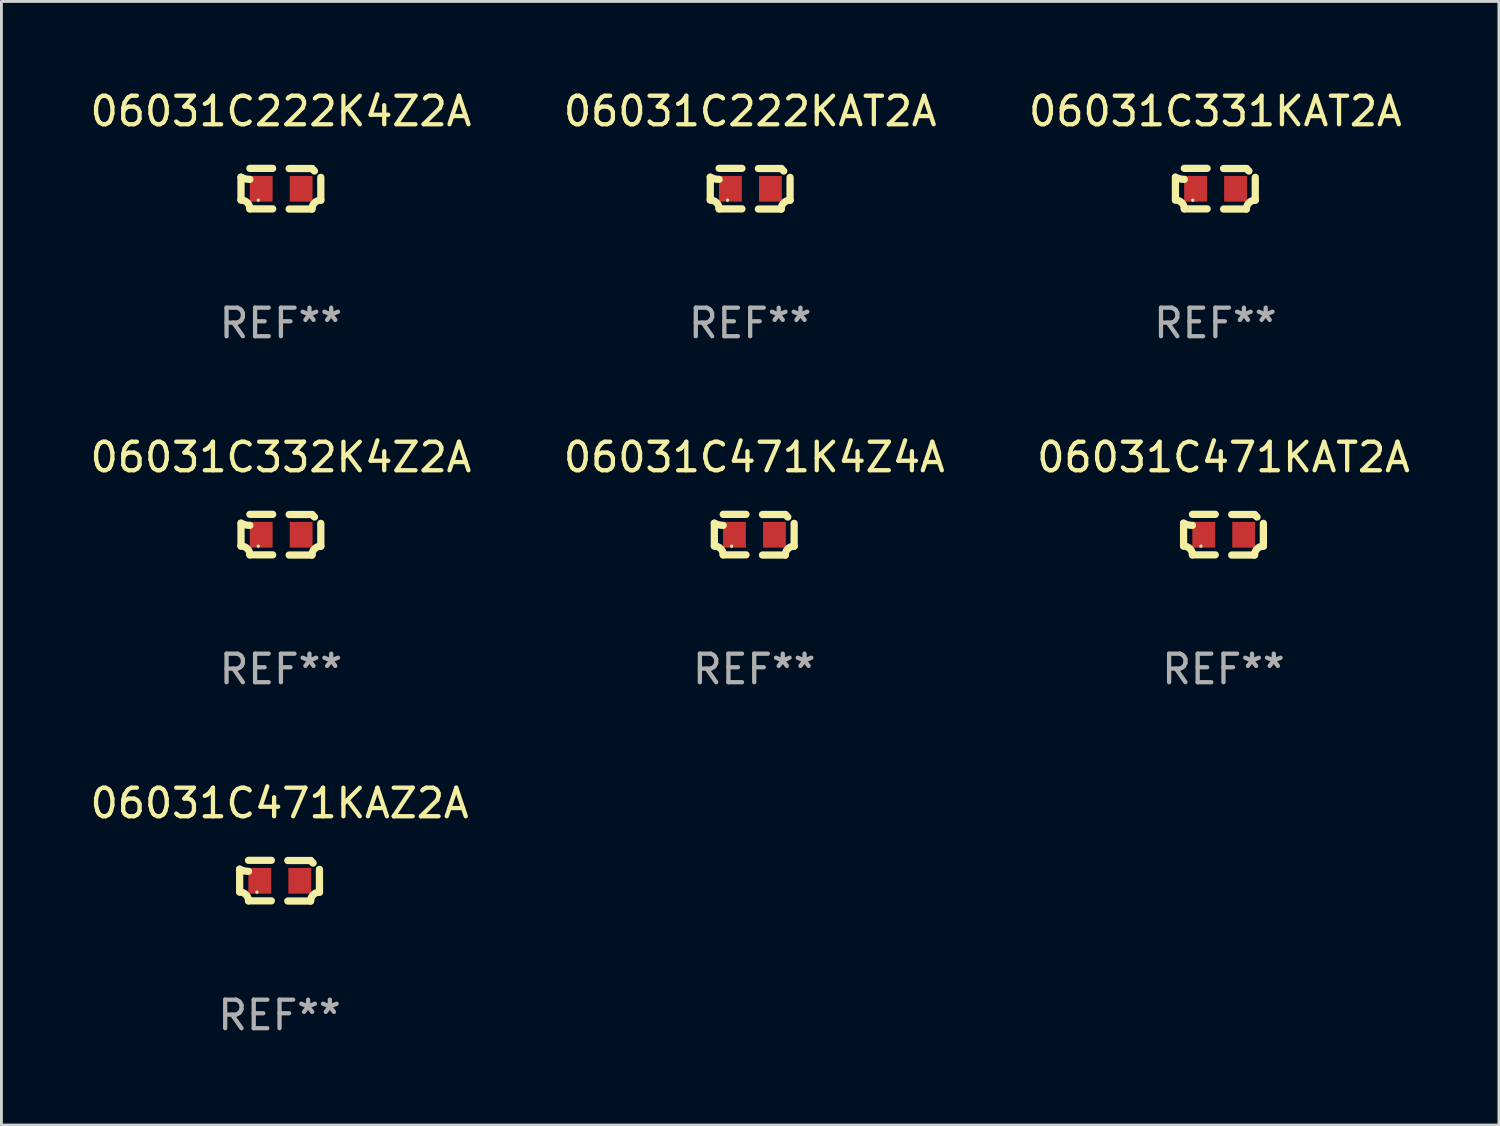
<source format=kicad_pcb>
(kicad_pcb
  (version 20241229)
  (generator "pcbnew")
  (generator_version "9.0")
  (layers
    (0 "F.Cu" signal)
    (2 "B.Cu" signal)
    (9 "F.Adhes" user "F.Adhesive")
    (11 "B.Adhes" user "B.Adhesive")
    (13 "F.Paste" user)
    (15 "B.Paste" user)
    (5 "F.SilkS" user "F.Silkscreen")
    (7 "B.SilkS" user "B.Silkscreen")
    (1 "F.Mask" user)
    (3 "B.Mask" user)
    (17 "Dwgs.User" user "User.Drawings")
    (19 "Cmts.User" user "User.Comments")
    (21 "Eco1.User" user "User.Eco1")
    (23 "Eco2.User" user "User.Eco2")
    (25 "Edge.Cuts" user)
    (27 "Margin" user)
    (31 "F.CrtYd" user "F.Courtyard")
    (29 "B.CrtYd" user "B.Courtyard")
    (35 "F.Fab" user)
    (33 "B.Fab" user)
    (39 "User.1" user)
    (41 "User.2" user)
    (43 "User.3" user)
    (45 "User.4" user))
  (footprint "06031C222K4Z2A"
    (layer "F.Cu")
    (at 6.792 3.561)
    (property "Reference" "06031C222K4Z2A" (at 0 -2.713 0) (layer "F.SilkS") (effects (font (size 1 1) (thickness 0.15))))
    (attr through_hole)
    (fp_line (start -1.398 -0.403) (end -1.398 0.397) (stroke (width 0.254) (type solid)) (layer "F.SilkS"))
    (fp_line (start -0.288 -0.713) (end -1.088 -0.713) (stroke (width 0.254) (type solid)) (layer "F.SilkS"))
    (fp_line (start -0.288 0.707) (end -1.088 0.707) (stroke (width 0.254) (type solid)) (layer "F.SilkS"))
    (fp_line (start 0.288 -0.707) (end 1.088 -0.707) (stroke (width 0.254) (type solid)) (layer "F.SilkS"))
    (fp_line (start 0.288 0.713) (end 1.088 0.713) (stroke (width 0.254) (type solid)) (layer "F.SilkS"))
    (fp_line (start 1.398 -0.397) (end 1.398 0.403) (stroke (width 0.254) (type solid)) (layer "F.SilkS"))
    (fp_arc (start -1.397789 0.397066) (mid -1.178701 0.487826) (end -1.08796 0.706922) (stroke (width 0.254001) (type solid)) (layer "F.SilkS"))
    (fp_arc (start -1.08796 -0.327176) (mid -1.247436 -0.346384) (end -1.39779 -0.402908) (stroke (width 0.254001) (type solid)) (layer "F.SilkS"))
    (fp_arc (start 1.087909 0.712738) (mid 1.178656 0.493655) (end 1.397739 0.402908) (stroke (width 0.254001) (type solid)) (layer "F.SilkS"))
    (fp_arc (start 1.175925 -0.618926) (mid 1.131917 -0.662923) (end 1.08791 -0.706922) (stroke (width 0.254001) (type solid)) (layer "F.SilkS"))
    (fp_circle (center -0.792 0.403) (end -0.762 0.403) (stroke (width 0.06) (type solid)) (fill no) (layer "F.SilkS"))
    (fp_text user "REF**" (at 0 4.713 0) (layer "F.Fab") (effects (font (size 1 1) (thickness 0.15))))
    (pad "1" smd rect (at -0.692 0.003) (size 0.8 0.9) (layers "F.Cu" "F.Mask" "F.Paste"))
    (pad "2" smd rect (at 0.708 0.003) (size 0.8 0.9) (layers "F.Cu" "F.Mask" "F.Paste")))
  (footprint "06031C331KAT2A"
    (layer "F.Cu")
    (at 39.53 3.561)
    (property "Reference" "06031C331KAT2A" (at 0 -2.713 0) (layer "F.SilkS") (effects (font (size 1 1) (thickness 0.15))))
    (attr through_hole)
    (fp_line (start -1.398 -0.403) (end -1.398 0.397) (stroke (width 0.254) (type solid)) (layer "F.SilkS"))
    (fp_line (start -0.288 -0.713) (end -1.088 -0.713) (stroke (width 0.254) (type solid)) (layer "F.SilkS"))
    (fp_line (start -0.288 0.707) (end -1.088 0.707) (stroke (width 0.254) (type solid)) (layer "F.SilkS"))
    (fp_line (start 0.288 -0.707) (end 1.088 -0.707) (stroke (width 0.254) (type solid)) (layer "F.SilkS"))
    (fp_line (start 0.288 0.713) (end 1.088 0.713) (stroke (width 0.254) (type solid)) (layer "F.SilkS"))
    (fp_line (start 1.398 -0.397) (end 1.398 0.403) (stroke (width 0.254) (type solid)) (layer "F.SilkS"))
    (fp_arc (start -1.397789 0.397066) (mid -1.178701 0.487826) (end -1.08796 0.706922) (stroke (width 0.254001) (type solid)) (layer "F.SilkS"))
    (fp_arc (start -1.08796 -0.327176) (mid -1.247436 -0.346384) (end -1.39779 -0.402908) (stroke (width 0.254001) (type solid)) (layer "F.SilkS"))
    (fp_arc (start 1.087909 0.712738) (mid 1.178656 0.493655) (end 1.397739 0.402908) (stroke (width 0.254001) (type solid)) (layer "F.SilkS"))
    (fp_arc (start 1.175925 -0.618926) (mid 1.131917 -0.662923) (end 1.08791 -0.706922) (stroke (width 0.254001) (type solid)) (layer "F.SilkS"))
    (fp_circle (center -0.792 0.403) (end -0.762 0.403) (stroke (width 0.06) (type solid)) (fill no) (layer "F.SilkS"))
    (fp_text user "REF**" (at 0 4.713 0) (layer "F.Fab") (effects (font (size 1 1) (thickness 0.15))))
    (pad "1" smd rect (at -0.692 0.003) (size 0.8 0.9) (layers "F.Cu" "F.Mask" "F.Paste"))
    (pad "2" smd rect (at 0.708 0.003) (size 0.8 0.9) (layers "F.Cu" "F.Mask" "F.Paste")))
  (footprint "06031C471K4Z4A"
    (layer "F.Cu")
    (at 23.375 15.683)
    (property "Reference" "06031C471K4Z4A" (at 0 -2.713 0) (layer "F.SilkS") (effects (font (size 1 1) (thickness 0.15))))
    (attr through_hole)
    (fp_line (start -1.398 -0.403) (end -1.398 0.397) (stroke (width 0.254) (type solid)) (layer "F.SilkS"))
    (fp_line (start -0.288 -0.713) (end -1.088 -0.713) (stroke (width 0.254) (type solid)) (layer "F.SilkS"))
    (fp_line (start -0.288 0.707) (end -1.088 0.707) (stroke (width 0.254) (type solid)) (layer "F.SilkS"))
    (fp_line (start 0.288 -0.707) (end 1.088 -0.707) (stroke (width 0.254) (type solid)) (layer "F.SilkS"))
    (fp_line (start 0.288 0.713) (end 1.088 0.713) (stroke (width 0.254) (type solid)) (layer "F.SilkS"))
    (fp_line (start 1.398 -0.397) (end 1.398 0.403) (stroke (width 0.254) (type solid)) (layer "F.SilkS"))
    (fp_arc (start -1.397789 0.397066) (mid -1.178701 0.487826) (end -1.08796 0.706922) (stroke (width 0.254001) (type solid)) (layer "F.SilkS"))
    (fp_arc (start -1.08796 -0.327176) (mid -1.247436 -0.346384) (end -1.39779 -0.402908) (stroke (width 0.254001) (type solid)) (layer "F.SilkS"))
    (fp_arc (start 1.087909 0.712738) (mid 1.178656 0.493655) (end 1.397739 0.402908) (stroke (width 0.254001) (type solid)) (layer "F.SilkS"))
    (fp_arc (start 1.175925 -0.618926) (mid 1.131917 -0.662923) (end 1.08791 -0.706922) (stroke (width 0.254001) (type solid)) (layer "F.SilkS"))
    (fp_circle (center -0.792 0.403) (end -0.762 0.403) (stroke (width 0.06) (type solid)) (fill no) (layer "F.SilkS"))
    (fp_text user "REF**" (at 0 4.713 0) (layer "F.Fab") (effects (font (size 1 1) (thickness 0.15))))
    (pad "1" smd rect (at -0.692 0.003) (size 0.8 0.9) (layers "F.Cu" "F.Mask" "F.Paste"))
    (pad "2" smd rect (at 0.708 0.003) (size 0.8 0.9) (layers "F.Cu" "F.Mask" "F.Paste")))
  (footprint "06031C471KAZ2A"
    (layer "F.Cu")
    (at 6.744 27.805)
    (property "Reference" "06031C471KAZ2A" (at 0 -2.713 0) (layer "F.SilkS") (effects (font (size 1 1) (thickness 0.15))))
    (attr through_hole)
    (fp_line (start -1.398 -0.403) (end -1.398 0.397) (stroke (width 0.254) (type solid)) (layer "F.SilkS"))
    (fp_line (start -0.288 -0.713) (end -1.088 -0.713) (stroke (width 0.254) (type solid)) (layer "F.SilkS"))
    (fp_line (start -0.288 0.707) (end -1.088 0.707) (stroke (width 0.254) (type solid)) (layer "F.SilkS"))
    (fp_line (start 0.288 -0.707) (end 1.088 -0.707) (stroke (width 0.254) (type solid)) (layer "F.SilkS"))
    (fp_line (start 0.288 0.713) (end 1.088 0.713) (stroke (width 0.254) (type solid)) (layer "F.SilkS"))
    (fp_line (start 1.398 -0.397) (end 1.398 0.403) (stroke (width 0.254) (type solid)) (layer "F.SilkS"))
    (fp_arc (start -1.397789 0.397066) (mid -1.178701 0.487826) (end -1.08796 0.706922) (stroke (width 0.254001) (type solid)) (layer "F.SilkS"))
    (fp_arc (start -1.08796 -0.327176) (mid -1.247436 -0.346384) (end -1.39779 -0.402908) (stroke (width 0.254001) (type solid)) (layer "F.SilkS"))
    (fp_arc (start 1.087909 0.712738) (mid 1.178656 0.493655) (end 1.397739 0.402908) (stroke (width 0.254001) (type solid)) (layer "F.SilkS"))
    (fp_arc (start 1.175925 -0.618926) (mid 1.131917 -0.662923) (end 1.08791 -0.706922) (stroke (width 0.254001) (type solid)) (layer "F.SilkS"))
    (fp_circle (center -0.792 0.403) (end -0.762 0.403) (stroke (width 0.06) (type solid)) (fill no) (layer "F.SilkS"))
    (fp_text user "REF**" (at 0 4.713 0) (layer "F.Fab") (effects (font (size 1 1) (thickness 0.15))))
    (pad "1" smd rect (at -0.692 0.003) (size 0.8 0.9) (layers "F.Cu" "F.Mask" "F.Paste"))
    (pad "2" smd rect (at 0.708 0.003) (size 0.8 0.9) (layers "F.Cu" "F.Mask" "F.Paste")))
  (footprint "06031C332K4Z2A"
    (layer "F.Cu")
    (at 6.792 15.683)
    (property "Reference" "06031C332K4Z2A" (at 0 -2.713 0) (layer "F.SilkS") (effects (font (size 1 1) (thickness 0.15))))
    (attr through_hole)
    (fp_line (start -1.398 -0.403) (end -1.398 0.397) (stroke (width 0.254) (type solid)) (layer "F.SilkS"))
    (fp_line (start -0.288 -0.713) (end -1.088 -0.713) (stroke (width 0.254) (type solid)) (layer "F.SilkS"))
    (fp_line (start -0.288 0.707) (end -1.088 0.707) (stroke (width 0.254) (type solid)) (layer "F.SilkS"))
    (fp_line (start 0.288 -0.707) (end 1.088 -0.707) (stroke (width 0.254) (type solid)) (layer "F.SilkS"))
    (fp_line (start 0.288 0.713) (end 1.088 0.713) (stroke (width 0.254) (type solid)) (layer "F.SilkS"))
    (fp_line (start 1.398 -0.397) (end 1.398 0.403) (stroke (width 0.254) (type solid)) (layer "F.SilkS"))
    (fp_arc (start -1.397789 0.397066) (mid -1.178701 0.487826) (end -1.08796 0.706922) (stroke (width 0.254001) (type solid)) (layer "F.SilkS"))
    (fp_arc (start -1.08796 -0.327176) (mid -1.247436 -0.346384) (end -1.39779 -0.402908) (stroke (width 0.254001) (type solid)) (layer "F.SilkS"))
    (fp_arc (start 1.087909 0.712738) (mid 1.178656 0.493655) (end 1.397739 0.402908) (stroke (width 0.254001) (type solid)) (layer "F.SilkS"))
    (fp_arc (start 1.175925 -0.618926) (mid 1.131917 -0.662923) (end 1.08791 -0.706922) (stroke (width 0.254001) (type solid)) (layer "F.SilkS"))
    (fp_circle (center -0.792 0.403) (end -0.762 0.403) (stroke (width 0.06) (type solid)) (fill no) (layer "F.SilkS"))
    (fp_text user "REF**" (at 0 4.713 0) (layer "F.Fab") (effects (font (size 1 1) (thickness 0.15))))
    (pad "1" smd rect (at -0.692 0.003) (size 0.8 0.9) (layers "F.Cu" "F.Mask" "F.Paste"))
    (pad "2" smd rect (at 0.708 0.003) (size 0.8 0.9) (layers "F.Cu" "F.Mask" "F.Paste")))
  (footprint "06031C471KAT2A"
    (layer "F.Cu")
    (at 39.815 15.683)
    (property "Reference" "06031C471KAT2A" (at 0 -2.713 0) (layer "F.SilkS") (effects (font (size 1 1) (thickness 0.15))))
    (attr through_hole)
    (fp_line (start -1.398 -0.403) (end -1.398 0.397) (stroke (width 0.254) (type solid)) (layer "F.SilkS"))
    (fp_line (start -0.288 -0.713) (end -1.088 -0.713) (stroke (width 0.254) (type solid)) (layer "F.SilkS"))
    (fp_line (start -0.288 0.707) (end -1.088 0.707) (stroke (width 0.254) (type solid)) (layer "F.SilkS"))
    (fp_line (start 0.288 -0.707) (end 1.088 -0.707) (stroke (width 0.254) (type solid)) (layer "F.SilkS"))
    (fp_line (start 0.288 0.713) (end 1.088 0.713) (stroke (width 0.254) (type solid)) (layer "F.SilkS"))
    (fp_line (start 1.398 -0.397) (end 1.398 0.403) (stroke (width 0.254) (type solid)) (layer "F.SilkS"))
    (fp_arc (start -1.397789 0.397066) (mid -1.178701 0.487826) (end -1.08796 0.706922) (stroke (width 0.254001) (type solid)) (layer "F.SilkS"))
    (fp_arc (start -1.08796 -0.327176) (mid -1.247436 -0.346384) (end -1.39779 -0.402908) (stroke (width 0.254001) (type solid)) (layer "F.SilkS"))
    (fp_arc (start 1.087909 0.712738) (mid 1.178656 0.493655) (end 1.397739 0.402908) (stroke (width 0.254001) (type solid)) (layer "F.SilkS"))
    (fp_arc (start 1.175925 -0.618926) (mid 1.131917 -0.662923) (end 1.08791 -0.706922) (stroke (width 0.254001) (type solid)) (layer "F.SilkS"))
    (fp_circle (center -0.792 0.403) (end -0.762 0.403) (stroke (width 0.06) (type solid)) (fill no) (layer "F.SilkS"))
    (fp_text user "REF**" (at 0 4.713 0) (layer "F.Fab") (effects (font (size 1 1) (thickness 0.15))))
    (pad "1" smd rect (at -0.692 0.003) (size 0.8 0.9) (layers "F.Cu" "F.Mask" "F.Paste"))
    (pad "2" smd rect (at 0.708 0.003) (size 0.8 0.9) (layers "F.Cu" "F.Mask" "F.Paste")))
  (footprint "06031C222KAT2A"
    (layer "F.Cu")
    (at 23.232 3.561)
    (property "Reference" "06031C222KAT2A" (at 0 -2.713 0) (layer "F.SilkS") (effects (font (size 1 1) (thickness 0.15))))
    (attr through_hole)
    (fp_line (start -1.398 -0.403) (end -1.398 0.397) (stroke (width 0.254) (type solid)) (layer "F.SilkS"))
    (fp_line (start -0.288 -0.713) (end -1.088 -0.713) (stroke (width 0.254) (type solid)) (layer "F.SilkS"))
    (fp_line (start -0.288 0.707) (end -1.088 0.707) (stroke (width 0.254) (type solid)) (layer "F.SilkS"))
    (fp_line (start 0.288 -0.707) (end 1.088 -0.707) (stroke (width 0.254) (type solid)) (layer "F.SilkS"))
    (fp_line (start 0.288 0.713) (end 1.088 0.713) (stroke (width 0.254) (type solid)) (layer "F.SilkS"))
    (fp_line (start 1.398 -0.397) (end 1.398 0.403) (stroke (width 0.254) (type solid)) (layer "F.SilkS"))
    (fp_arc (start -1.397789 0.397066) (mid -1.178701 0.487826) (end -1.08796 0.706922) (stroke (width 0.254001) (type solid)) (layer "F.SilkS"))
    (fp_arc (start -1.08796 -0.327176) (mid -1.247436 -0.346384) (end -1.39779 -0.402908) (stroke (width 0.254001) (type solid)) (layer "F.SilkS"))
    (fp_arc (start 1.087909 0.712738) (mid 1.178656 0.493655) (end 1.397739 0.402908) (stroke (width 0.254001) (type solid)) (layer "F.SilkS"))
    (fp_arc (start 1.175925 -0.618926) (mid 1.131917 -0.662923) (end 1.08791 -0.706922) (stroke (width 0.254001) (type solid)) (layer "F.SilkS"))
    (fp_circle (center -0.792 0.403) (end -0.762 0.403) (stroke (width 0.06) (type solid)) (fill no) (layer "F.SilkS"))
    (fp_text user "REF**" (at 0 4.713 0) (layer "F.Fab") (effects (font (size 1 1) (thickness 0.15))))
    (pad "1" smd rect (at -0.692 0.003) (size 0.8 0.9) (layers "F.Cu" "F.Mask" "F.Paste"))
    (pad "2" smd rect (at 0.708 0.003) (size 0.8 0.9) (layers "F.Cu" "F.Mask" "F.Paste")))
  (gr_rect
    (start -3 -3)
    (end 49.464 36.366)
    (stroke (width 0.1) (type default))
    (fill no)
    (layer "Edge.Cuts")))
</source>
